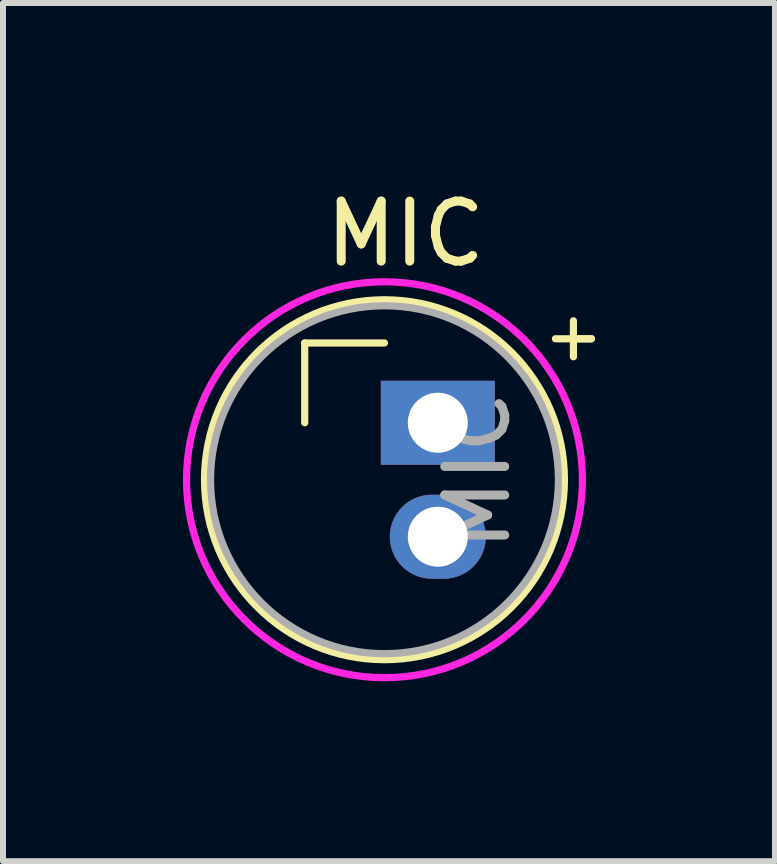
<source format=kicad_pcb>
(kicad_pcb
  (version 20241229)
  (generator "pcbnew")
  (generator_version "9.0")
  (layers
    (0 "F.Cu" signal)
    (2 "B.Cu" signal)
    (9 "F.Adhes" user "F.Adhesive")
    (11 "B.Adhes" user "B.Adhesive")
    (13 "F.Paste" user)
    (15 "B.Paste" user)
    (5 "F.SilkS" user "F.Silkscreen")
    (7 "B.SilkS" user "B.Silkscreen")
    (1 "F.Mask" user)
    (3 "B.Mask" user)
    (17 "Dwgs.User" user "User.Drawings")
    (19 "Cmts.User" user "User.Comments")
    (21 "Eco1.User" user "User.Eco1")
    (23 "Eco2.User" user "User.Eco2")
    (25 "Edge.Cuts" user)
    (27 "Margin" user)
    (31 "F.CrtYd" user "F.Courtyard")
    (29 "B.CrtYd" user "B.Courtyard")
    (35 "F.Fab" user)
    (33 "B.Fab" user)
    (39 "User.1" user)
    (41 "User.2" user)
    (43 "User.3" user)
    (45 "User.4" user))
  (footprint "MIC"
    (layer "F.Cu")
    (at 3.36 3.998)
    (property "Reference" "MIC" (at 0.35 -3.15 0) (layer "F.SilkS") (effects (font (size 1 1) (thickness 0.15))))
    (attr through_hole)
    (fp_line (start -1.33 -1.33) (end 0 -1.33) (stroke (width 0.12) (type solid)) (layer "F.SilkS"))
    (fp_line (start -1.33 0) (end -1.33 -1.33) (stroke (width 0.12) (type solid)) (layer "F.SilkS"))
    (fp_line (start 3.15 -1.7) (end 3.15 -1.1) (stroke (width 0.12) (type solid)) (layer "F.SilkS"))
    (fp_line (start 3.15 -1.4) (end 3.45 -1.4) (stroke (width 0.12) (type solid)) (layer "F.SilkS"))
    (fp_line (start 3.45 -1.4) (end 2.85 -1.4) (stroke (width 0.12) (type solid)) (layer "F.SilkS"))
    (fp_circle (center 0 0.95) (end 3 0.95) (stroke (width 0.12) (type solid)) (fill no) (layer "F.SilkS"))
    (fp_circle (center 0 0.95) (end 3.3 0.95) (stroke (width 0.12) (type solid)) (fill no) (layer "F.CrtYd"))
    (fp_circle (center 0 0.95) (end 2.9 0.95) (stroke (width 0.12) (type solid)) (fill no) (layer "F.Fab"))
    (fp_text user "${REFERENCE}" (at 1.55 0.8 90) (layer "F.Fab") (effects (font (size 1 1) (thickness 0.15))))
    (pad "1" thru_hole rect (at 0.889 0) (size 1.9 1.4) (drill 1) (layers "*.Cu" "*.Mask"))
    (pad "2" thru_hole oval (at 0.889 1.9) (size 1.6 1.4) (drill 1) (layers "*.Cu" "*.Mask")))
  (gr_rect
    (start -3 -3)
    (end 9.87 11.308)
    (stroke (width 0.1) (type default))
    (fill no)
    (layer "Edge.Cuts")))
</source>
